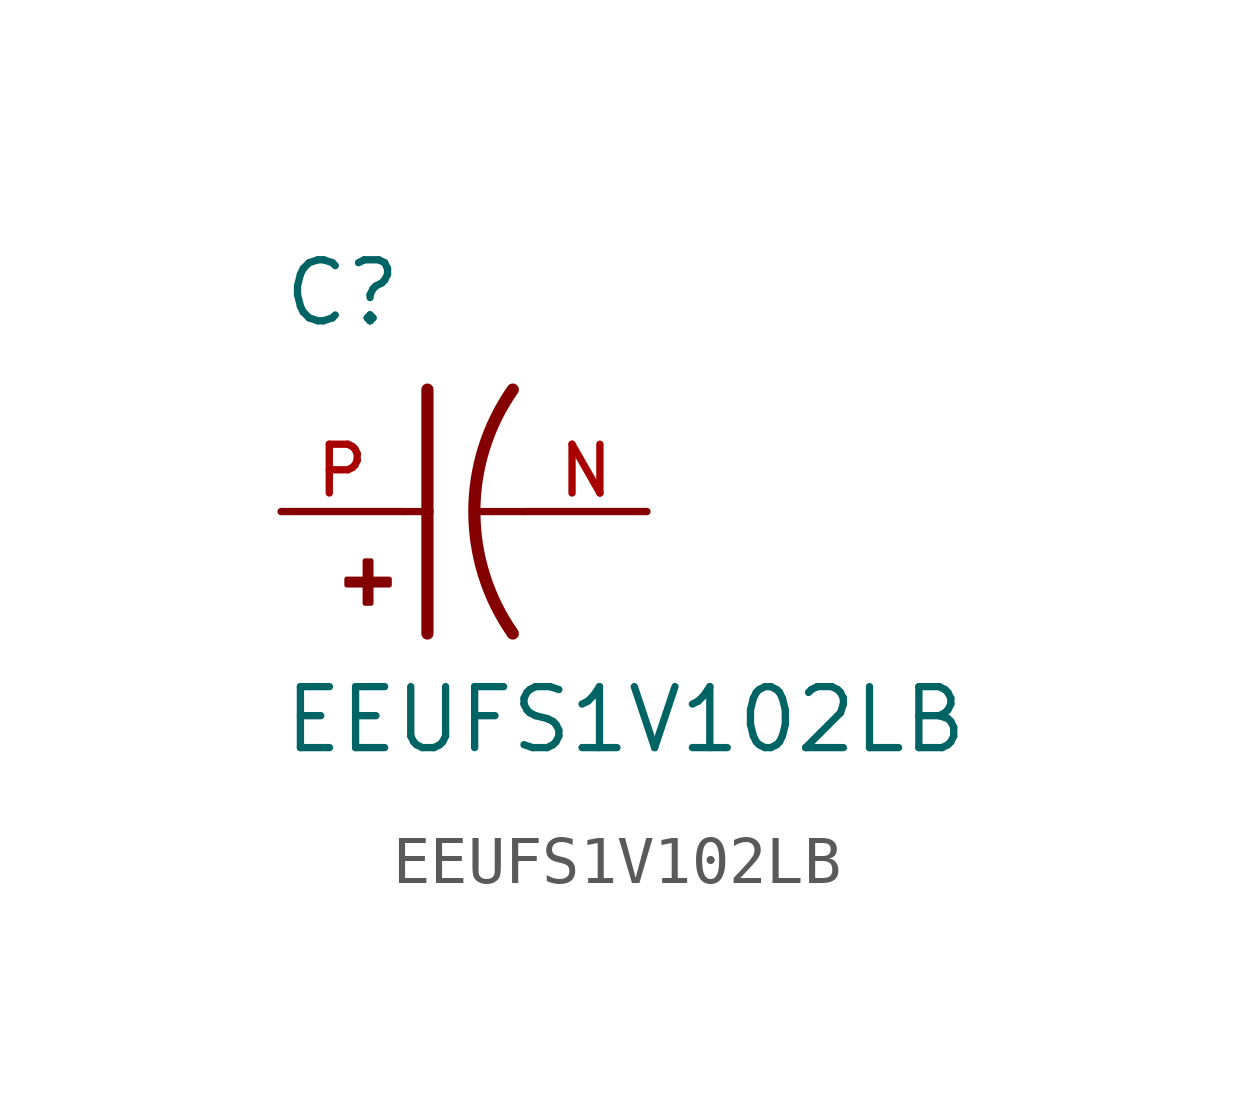
<source format=kicad_sym>
(kicad_symbol_lib
  (version 20211014)
  (generator kicad_symbol_editor)
  (symbol "EEUFS1V102LB"
    (pin_names
      (offset 1.016))
    (property "Reference" "C"
      (at -2.54 3.81 0)
      (effects (font (size 1.27 1.27)) (justify bottom left)))
    (property "Value" "EEUFS1V102LB"
      (at -2.54 -5.08 0)
      (effects (font (size 1.27 1.27)) (justify bottom left)))
    (symbol "EEUFS1V102LB_0_0"
      (arc (start 2.286 -2.54) (mid 1.4851 -0.0) (end 2.286 2.54) (stroke (width 0.254) (type default) (color 0 0 0 0)) (fill (type none)))
      (polyline (pts (xy 0.508 2.54) (xy 0.508 0.0)) (stroke (width 0.254)))
      (rectangle (start -1.173 -1.532) (end -0.284 -1.405) (stroke (width 0.1)) (fill (type outline)))
      (rectangle (start -0.792 -1.913) (end -0.665 -1.024) (stroke (width 0.1)) (fill (type outline)))
      (polyline (pts (xy 0.508 0.0) (xy 0.508 -2.54)) (stroke (width 0.254)))
      (polyline (pts (xy 0.0 0.0) (xy 0.508 0.0)) (stroke (width 0.152)))
      (polyline (pts (xy 2.54 0.0) (xy 1.524 0.0)) (stroke (width 0.152)))
      (pin passive line (at -2.54 0.0 0) (length 2.54) (name "~" (effects (font (size 1.016 1.016)))) (number "P" (effects (font (size 1.016 1.016)))))
      (pin passive line (at 5.08 0.0 180.0) (length 2.54) (name "~" (effects (font (size 1.016 1.016)))) (number "N" (effects (font (size 1.016 1.016))))))))
</source>
